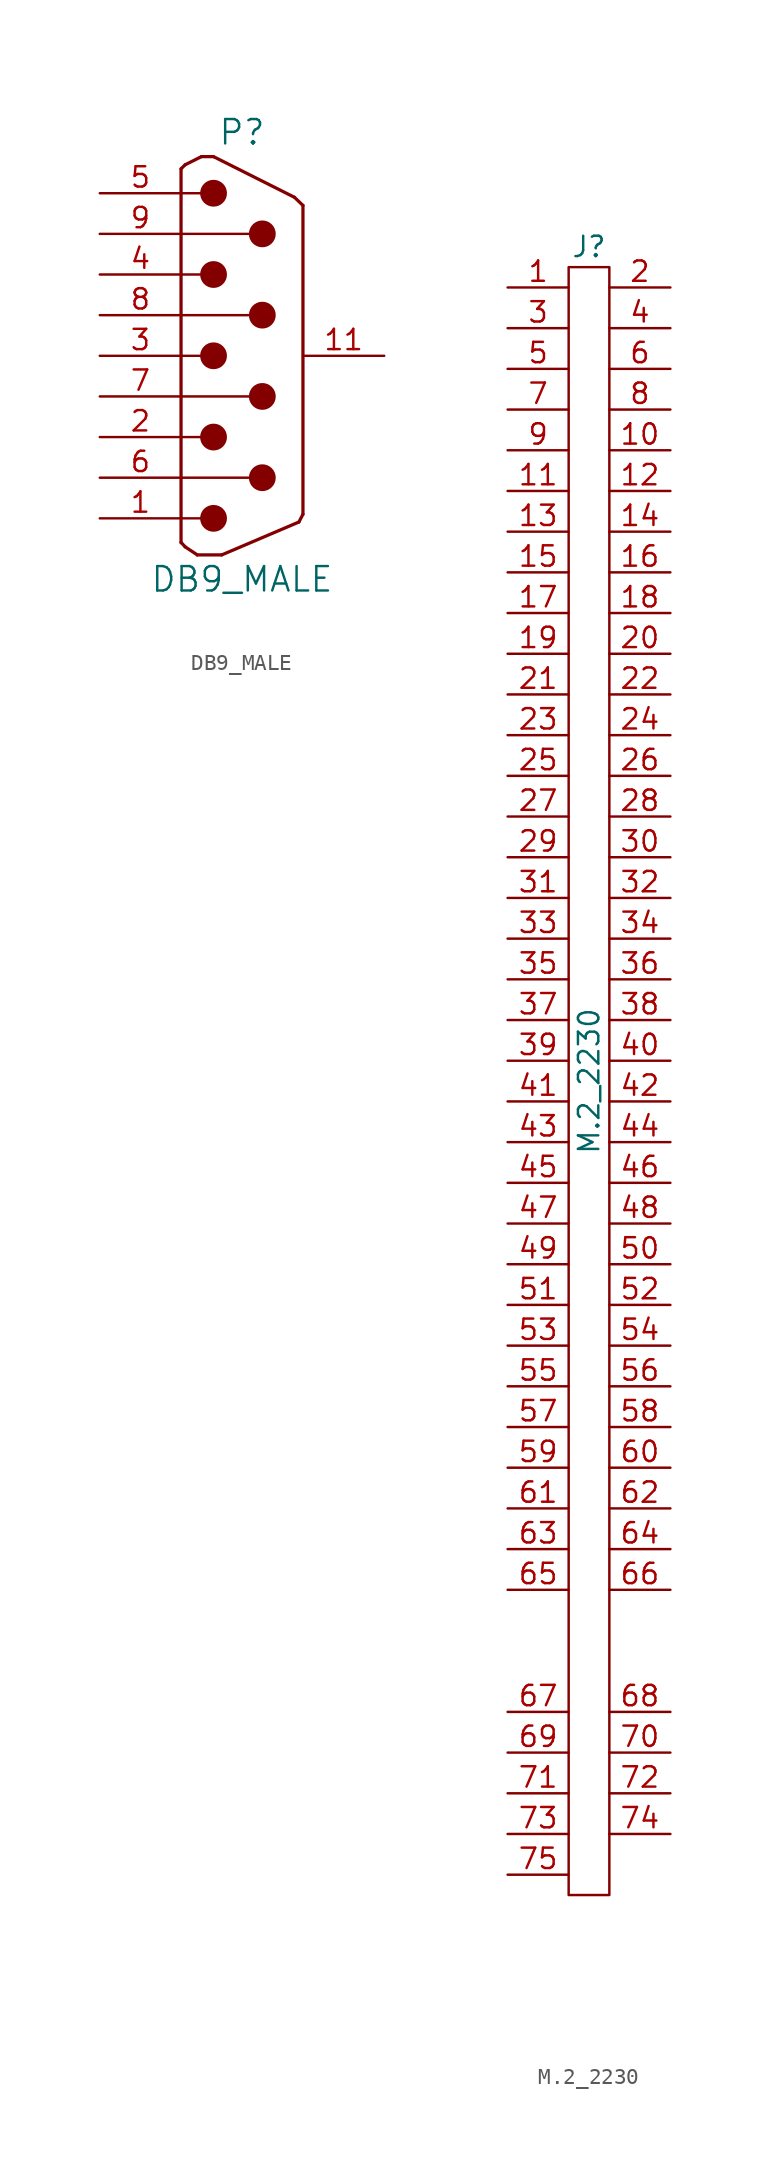
<source format=kicad_sym>
(kicad_symbol_lib
  (version 20201005)
  (generator kicad_symbol_editor)
  (symbol "DB9_MALE"
    (pin_names
      (offset 1.016) hide)
    (property "Reference" "P"
      (at 0 13.97 0)
      (effects (font (size 1.524 1.524))))
    (property "Value" "DB9_MALE"
      (at 0 -13.97 0)
      (effects (font (size 1.524 1.524))))
    (property "Footprint" ""
      (at -2.54 11.43 0)
      (effects (font (size 1.27 1.27))))
    (property "Datasheet" ""
      (at 0 0 0)
      (effects (font (size 1.27 1.27))))
    (symbol "DB9_MALE_0_1"
      (circle (center -1.778 -10.16) (radius 0.762) (stroke (width 0)) (fill (type outline)))
      (circle (center -1.778 -5.08) (radius 0.762) (stroke (width 0)) (fill (type outline)))
      (circle (center -1.778 0) (radius 0.762) (stroke (width 0)) (fill (type outline)))
      (circle (center -1.778 5.08) (radius 0.762) (stroke (width 0)) (fill (type outline)))
      (circle (center -1.778 10.16) (radius 0.762) (stroke (width 0)) (fill (type outline)))
      (circle (center 1.27 -7.62) (radius 0.762) (stroke (width 0)) (fill (type outline)))
      (circle (center 1.27 -2.54) (radius 0.762) (stroke (width 0)) (fill (type outline)))
      (circle (center 1.27 2.54) (radius 0.762) (stroke (width 0)) (fill (type outline)))
      (circle (center 1.27 7.62) (radius 0.762) (stroke (width 0)) (fill (type outline)))
      (polyline (pts (xy -3.81 -11.684) (xy -3.81 11.684)) (stroke (width 0.203)) (fill (type none)))
      (polyline (pts (xy -3.81 -11.659) (xy -3.556 -11.938)) (stroke (width 0.203)) (fill (type none)))
      (polyline (pts (xy -3.81 -10.16) (xy -2.54 -10.16)) (stroke (width 0)) (fill (type none)))
      (polyline (pts (xy -3.81 -7.62) (xy 0.508 -7.62)) (stroke (width 0)) (fill (type none)))
      (polyline (pts (xy -3.81 -5.08) (xy -2.54 -5.08)) (stroke (width 0)) (fill (type none)))
      (polyline (pts (xy -3.81 -2.54) (xy 0.508 -2.54)) (stroke (width 0)) (fill (type none)))
      (polyline (pts (xy -3.81 0) (xy -2.54 0)) (stroke (width 0)) (fill (type none)))
      (polyline (pts (xy -3.81 2.54) (xy 0.508 2.54)) (stroke (width 0)) (fill (type none)))
      (polyline (pts (xy -3.81 5.08) (xy -2.54 5.08)) (stroke (width 0)) (fill (type none)))
      (polyline (pts (xy -3.81 7.62) (xy 0.508 7.62)) (stroke (width 0)) (fill (type none)))
      (polyline (pts (xy -3.81 10.16) (xy -2.54 10.16)) (stroke (width 0)) (fill (type none)))
      (polyline (pts (xy -3.556 -11.938) (xy -2.794 -12.446)) (stroke (width 0.203)) (fill (type none)))
      (polyline (pts (xy -3.556 11.938) (xy -3.81 11.684)) (stroke (width 0.203)) (fill (type none)))
      (polyline (pts (xy -3.556 11.938) (xy -2.54 12.446)) (stroke (width 0.203)) (fill (type none)))
      (polyline (pts (xy -2.794 -12.446) (xy -1.27 -12.446)) (stroke (width 0.203)) (fill (type none)))
      (polyline (pts (xy -2.54 12.446) (xy -1.778 12.446)) (stroke (width 0.203)) (fill (type none)))
      (polyline (pts (xy 3.277 9.906) (xy -1.778 12.446)) (stroke (width 0.203)) (fill (type none)))
      (polyline (pts (xy 3.277 9.906) (xy 3.81 9.398)) (stroke (width 0.203)) (fill (type none)))
      (polyline (pts (xy 3.556 -10.389) (xy -1.27 -12.446)) (stroke (width 0.203)) (fill (type none)))
      (polyline (pts (xy 3.81 -9.906) (xy 3.556 -10.389)) (stroke (width 0.203)) (fill (type none)))
      (polyline (pts (xy 3.81 9.398) (xy 3.81 -9.906)) (stroke (width 0.203)) (fill (type none))))
    (symbol "DB9_MALE_1_1"
      (pin passive line (at -8.89 -10.16 0) (length 5.08) (name "1" (effects (font (size 1.27 1.27)))) (number "1" (effects (font (size 1.27 1.27)))))
      (pin passive line (at 8.89 0 180) (length 5.08) (name "~" (effects (font (size 1.27 1.27)))) (number "11" (effects (font (size 1.27 1.27)))))
      (pin passive line (at -8.89 -5.08 0) (length 5.08) (name "2" (effects (font (size 1.27 1.27)))) (number "2" (effects (font (size 1.27 1.27)))))
      (pin passive line (at -8.89 0 0) (length 5.08) (name "3" (effects (font (size 1.27 1.27)))) (number "3" (effects (font (size 1.27 1.27)))))
      (pin passive line (at -8.89 5.08 0) (length 5.08) (name "4" (effects (font (size 1.27 1.27)))) (number "4" (effects (font (size 1.27 1.27)))))
      (pin passive line (at -8.89 10.16 0) (length 5.08) (name "5" (effects (font (size 1.27 1.27)))) (number "5" (effects (font (size 1.27 1.27)))))
      (pin passive line (at -8.89 -7.62 0) (length 5.08) (name "P6" (effects (font (size 1.27 1.27)))) (number "6" (effects (font (size 1.27 1.27)))))
      (pin passive line (at -8.89 -2.54 0) (length 5.08) (name "P7" (effects (font (size 1.27 1.27)))) (number "7" (effects (font (size 1.27 1.27)))))
      (pin passive line (at -8.89 2.54 0) (length 5.08) (name "P8" (effects (font (size 1.27 1.27)))) (number "8" (effects (font (size 1.27 1.27)))))
      (pin passive line (at -8.89 7.62 0) (length 5.08) (name "P9" (effects (font (size 1.27 1.27)))) (number "9" (effects (font (size 1.27 1.27)))))))
  (symbol "M.2_2230"
    (pin_names
      (offset 0.025) hide)
    (property "Reference" "J"
      (at 0 52.07 0)
      (effects (font (size 1.27 1.27))))
    (property "Value" "M.2_2230"
      (at 0 0 90)
      (effects (font (size 1.27 1.27))))
    (symbol "M.2_2230_0_1"
      (rectangle (start -1.27 50.8) (end 1.27 -50.8) (stroke (width 0)) (fill (type none))))
    (symbol "M.2_2230_1_1"
      (pin passive line (at -5.08 49.53 0) (length 3.81) (name "P1" (effects (font (size 1.27 1.27)))) (number "1" (effects (font (size 1.27 1.27)))))
      (pin passive line (at 5.08 39.37 180) (length 3.81) (name "P10" (effects (font (size 1.27 1.27)))) (number "10" (effects (font (size 1.27 1.27)))))
      (pin passive line (at -5.08 36.83 0) (length 3.81) (name "P11" (effects (font (size 1.27 1.27)))) (number "11" (effects (font (size 1.27 1.27)))))
      (pin passive line (at 5.08 36.83 180) (length 3.81) (name "P12" (effects (font (size 1.27 1.27)))) (number "12" (effects (font (size 1.27 1.27)))))
      (pin passive line (at -5.08 34.29 0) (length 3.81) (name "P13" (effects (font (size 1.27 1.27)))) (number "13" (effects (font (size 1.27 1.27)))))
      (pin passive line (at 5.08 34.29 180) (length 3.81) (name "P14" (effects (font (size 1.27 1.27)))) (number "14" (effects (font (size 1.27 1.27)))))
      (pin passive line (at -5.08 31.75 0) (length 3.81) (name "P15" (effects (font (size 1.27 1.27)))) (number "15" (effects (font (size 1.27 1.27)))))
      (pin passive line (at 5.08 31.75 180) (length 3.81) (name "P16" (effects (font (size 1.27 1.27)))) (number "16" (effects (font (size 1.27 1.27)))))
      (pin passive line (at -5.08 29.21 0) (length 3.81) (name "P17" (effects (font (size 1.27 1.27)))) (number "17" (effects (font (size 1.27 1.27)))))
      (pin passive line (at 5.08 29.21 180) (length 3.81) (name "P18" (effects (font (size 1.27 1.27)))) (number "18" (effects (font (size 1.27 1.27)))))
      (pin passive line (at -5.08 26.67 0) (length 3.81) (name "P19" (effects (font (size 1.27 1.27)))) (number "19" (effects (font (size 1.27 1.27)))))
      (pin passive line (at 5.08 49.53 180) (length 3.81) (name "P2" (effects (font (size 1.27 1.27)))) (number "2" (effects (font (size 1.27 1.27)))))
      (pin passive line (at 5.08 26.67 180) (length 3.81) (name "P20" (effects (font (size 1.27 1.27)))) (number "20" (effects (font (size 1.27 1.27)))))
      (pin passive line (at -5.08 24.13 0) (length 3.81) (name "P21" (effects (font (size 1.27 1.27)))) (number "21" (effects (font (size 1.27 1.27)))))
      (pin passive line (at 5.08 24.13 180) (length 3.81) (name "P22" (effects (font (size 1.27 1.27)))) (number "22" (effects (font (size 1.27 1.27)))))
      (pin passive line (at -5.08 21.59 0) (length 3.81) (name "P23" (effects (font (size 1.27 1.27)))) (number "23" (effects (font (size 1.27 1.27)))))
      (pin passive line (at 5.08 21.59 180) (length 3.81) (name "P24" (effects (font (size 1.27 1.27)))) (number "24" (effects (font (size 1.27 1.27)))))
      (pin passive line (at -5.08 19.05 0) (length 3.81) (name "P25" (effects (font (size 1.27 1.27)))) (number "25" (effects (font (size 1.27 1.27)))))
      (pin passive line (at 5.08 19.05 180) (length 3.81) (name "P26" (effects (font (size 1.27 1.27)))) (number "26" (effects (font (size 1.27 1.27)))))
      (pin passive line (at -5.08 16.51 0) (length 3.81) (name "P27" (effects (font (size 1.27 1.27)))) (number "27" (effects (font (size 1.27 1.27)))))
      (pin passive line (at 5.08 16.51 180) (length 3.81) (name "P28" (effects (font (size 1.27 1.27)))) (number "28" (effects (font (size 1.27 1.27)))))
      (pin passive line (at -5.08 13.97 0) (length 3.81) (name "P29" (effects (font (size 1.27 1.27)))) (number "29" (effects (font (size 1.27 1.27)))))
      (pin passive line (at -5.08 46.99 0) (length 3.81) (name "P3" (effects (font (size 1.27 1.27)))) (number "3" (effects (font (size 1.27 1.27)))))
      (pin passive line (at 5.08 13.97 180) (length 3.81) (name "P30" (effects (font (size 1.27 1.27)))) (number "30" (effects (font (size 1.27 1.27)))))
      (pin passive line (at -5.08 11.43 0) (length 3.81) (name "P31" (effects (font (size 1.27 1.27)))) (number "31" (effects (font (size 1.27 1.27)))))
      (pin passive line (at 5.08 11.43 180) (length 3.81) (name "P32" (effects (font (size 1.27 1.27)))) (number "32" (effects (font (size 1.27 1.27)))))
      (pin passive line (at -5.08 8.89 0) (length 3.81) (name "P33" (effects (font (size 1.27 1.27)))) (number "33" (effects (font (size 1.27 1.27)))))
      (pin passive line (at 5.08 8.89 180) (length 3.81) (name "P34" (effects (font (size 1.27 1.27)))) (number "34" (effects (font (size 1.27 1.27)))))
      (pin passive line (at -5.08 6.35 0) (length 3.81) (name "P35" (effects (font (size 1.27 1.27)))) (number "35" (effects (font (size 1.27 1.27)))))
      (pin passive line (at 5.08 6.35 180) (length 3.81) (name "P36" (effects (font (size 1.27 1.27)))) (number "36" (effects (font (size 1.27 1.27)))))
      (pin passive line (at -5.08 3.81 0) (length 3.81) (name "P37" (effects (font (size 1.27 1.27)))) (number "37" (effects (font (size 1.27 1.27)))))
      (pin passive line (at 5.08 3.81 180) (length 3.81) (name "P38" (effects (font (size 1.27 1.27)))) (number "38" (effects (font (size 1.27 1.27)))))
      (pin passive line (at -5.08 1.27 0) (length 3.81) (name "P39" (effects (font (size 1.27 1.27)))) (number "39" (effects (font (size 1.27 1.27)))))
      (pin passive line (at 5.08 46.99 180) (length 3.81) (name "P4" (effects (font (size 1.27 1.27)))) (number "4" (effects (font (size 1.27 1.27)))))
      (pin passive line (at 5.08 1.27 180) (length 3.81) (name "P40" (effects (font (size 1.27 1.27)))) (number "40" (effects (font (size 1.27 1.27)))))
      (pin passive line (at -5.08 -1.27 0) (length 3.81) (name "P41" (effects (font (size 1.27 1.27)))) (number "41" (effects (font (size 1.27 1.27)))))
      (pin passive line (at 5.08 -1.27 180) (length 3.81) (name "P42" (effects (font (size 1.27 1.27)))) (number "42" (effects (font (size 1.27 1.27)))))
      (pin passive line (at -5.08 -3.81 0) (length 3.81) (name "P43" (effects (font (size 1.27 1.27)))) (number "43" (effects (font (size 1.27 1.27)))))
      (pin passive line (at 5.08 -3.81 180) (length 3.81) (name "P44" (effects (font (size 1.27 1.27)))) (number "44" (effects (font (size 1.27 1.27)))))
      (pin passive line (at -5.08 -6.35 0) (length 3.81) (name "P45" (effects (font (size 1.27 1.27)))) (number "45" (effects (font (size 1.27 1.27)))))
      (pin passive line (at 5.08 -6.35 180) (length 3.81) (name "P46" (effects (font (size 1.27 1.27)))) (number "46" (effects (font (size 1.27 1.27)))))
      (pin passive line (at -5.08 -8.89 0) (length 3.81) (name "P47" (effects (font (size 1.27 1.27)))) (number "47" (effects (font (size 1.27 1.27)))))
      (pin passive line (at 5.08 -8.89 180) (length 3.81) (name "P48" (effects (font (size 1.27 1.27)))) (number "48" (effects (font (size 1.27 1.27)))))
      (pin passive line (at -5.08 -11.43 0) (length 3.81) (name "P49" (effects (font (size 1.27 1.27)))) (number "49" (effects (font (size 1.27 1.27)))))
      (pin passive line (at -5.08 44.45 0) (length 3.81) (name "P5" (effects (font (size 1.27 1.27)))) (number "5" (effects (font (size 1.27 1.27)))))
      (pin passive line (at 5.08 -11.43 180) (length 3.81) (name "P50" (effects (font (size 1.27 1.27)))) (number "50" (effects (font (size 1.27 1.27)))))
      (pin passive line (at -5.08 -13.97 0) (length 3.81) (name "P51" (effects (font (size 1.27 1.27)))) (number "51" (effects (font (size 1.27 1.27)))))
      (pin passive line (at 5.08 -13.97 180) (length 3.81) (name "P52" (effects (font (size 1.27 1.27)))) (number "52" (effects (font (size 1.27 1.27)))))
      (pin passive line (at -5.08 -16.51 0) (length 3.81) (name "P53" (effects (font (size 1.27 1.27)))) (number "53" (effects (font (size 1.27 1.27)))))
      (pin passive line (at 5.08 -16.51 180) (length 3.81) (name "P54" (effects (font (size 1.27 1.27)))) (number "54" (effects (font (size 1.27 1.27)))))
      (pin passive line (at -5.08 -19.05 0) (length 3.81) (name "P55" (effects (font (size 1.27 1.27)))) (number "55" (effects (font (size 1.27 1.27)))))
      (pin passive line (at 5.08 -19.05 180) (length 3.81) (name "P56" (effects (font (size 1.27 1.27)))) (number "56" (effects (font (size 1.27 1.27)))))
      (pin passive line (at -5.08 -21.59 0) (length 3.81) (name "P57" (effects (font (size 1.27 1.27)))) (number "57" (effects (font (size 1.27 1.27)))))
      (pin passive line (at 5.08 -21.59 180) (length 3.81) (name "P58" (effects (font (size 1.27 1.27)))) (number "58" (effects (font (size 1.27 1.27)))))
      (pin passive line (at -5.08 -24.13 0) (length 3.81) (name "P59" (effects (font (size 1.27 1.27)))) (number "59" (effects (font (size 1.27 1.27)))))
      (pin passive line (at 5.08 44.45 180) (length 3.81) (name "P6" (effects (font (size 1.27 1.27)))) (number "6" (effects (font (size 1.27 1.27)))))
      (pin passive line (at 5.08 -24.13 180) (length 3.81) (name "P60" (effects (font (size 1.27 1.27)))) (number "60" (effects (font (size 1.27 1.27)))))
      (pin passive line (at -5.08 -26.67 0) (length 3.81) (name "P61" (effects (font (size 1.27 1.27)))) (number "61" (effects (font (size 1.27 1.27)))))
      (pin passive line (at 5.08 -26.67 180) (length 3.81) (name "P62" (effects (font (size 1.27 1.27)))) (number "62" (effects (font (size 1.27 1.27)))))
      (pin passive line (at -5.08 -29.21 0) (length 3.81) (name "P63" (effects (font (size 1.27 1.27)))) (number "63" (effects (font (size 1.27 1.27)))))
      (pin passive line (at 5.08 -29.21 180) (length 3.81) (name "P64" (effects (font (size 1.27 1.27)))) (number "64" (effects (font (size 1.27 1.27)))))
      (pin passive line (at -5.08 -31.75 0) (length 3.81) (name "P65" (effects (font (size 1.27 1.27)))) (number "65" (effects (font (size 1.27 1.27)))))
      (pin passive line (at 5.08 -31.75 180) (length 3.81) (name "P66" (effects (font (size 1.27 1.27)))) (number "66" (effects (font (size 1.27 1.27)))))
      (pin passive line (at -5.08 -39.37 0) (length 3.81) (name "P67" (effects (font (size 1.27 1.27)))) (number "67" (effects (font (size 1.27 1.27)))))
      (pin passive line (at 5.08 -39.37 180) (length 3.81) (name "P68" (effects (font (size 1.27 1.27)))) (number "68" (effects (font (size 1.27 1.27)))))
      (pin passive line (at -5.08 -41.91 0) (length 3.81) (name "P69" (effects (font (size 1.27 1.27)))) (number "69" (effects (font (size 1.27 1.27)))))
      (pin passive line (at -5.08 41.91 0) (length 3.81) (name "P7" (effects (font (size 1.27 1.27)))) (number "7" (effects (font (size 1.27 1.27)))))
      (pin passive line (at 5.08 -41.91 180) (length 3.81) (name "P70" (effects (font (size 1.27 1.27)))) (number "70" (effects (font (size 1.27 1.27)))))
      (pin passive line (at -5.08 -44.45 0) (length 3.81) (name "P71" (effects (font (size 1.27 1.27)))) (number "71" (effects (font (size 1.27 1.27)))))
      (pin passive line (at 5.08 -44.45 180) (length 3.81) (name "P72" (effects (font (size 1.27 1.27)))) (number "72" (effects (font (size 1.27 1.27)))))
      (pin passive line (at -5.08 -46.99 0) (length 3.81) (name "P73" (effects (font (size 1.27 1.27)))) (number "73" (effects (font (size 1.27 1.27)))))
      (pin passive line (at 5.08 -46.99 180) (length 3.81) (name "P74" (effects (font (size 1.27 1.27)))) (number "74" (effects (font (size 1.27 1.27)))))
      (pin passive line (at -5.08 -49.53 0) (length 3.81) (name "P75" (effects (font (size 1.27 1.27)))) (number "75" (effects (font (size 1.27 1.27)))))
      (pin passive line (at 5.08 41.91 180) (length 3.81) (name "P8" (effects (font (size 1.27 1.27)))) (number "8" (effects (font (size 1.27 1.27)))))
      (pin passive line (at -5.08 39.37 0) (length 3.81) (name "P9" (effects (font (size 1.27 1.27)))) (number "9" (effects (font (size 1.27 1.27))))))))
</source>
